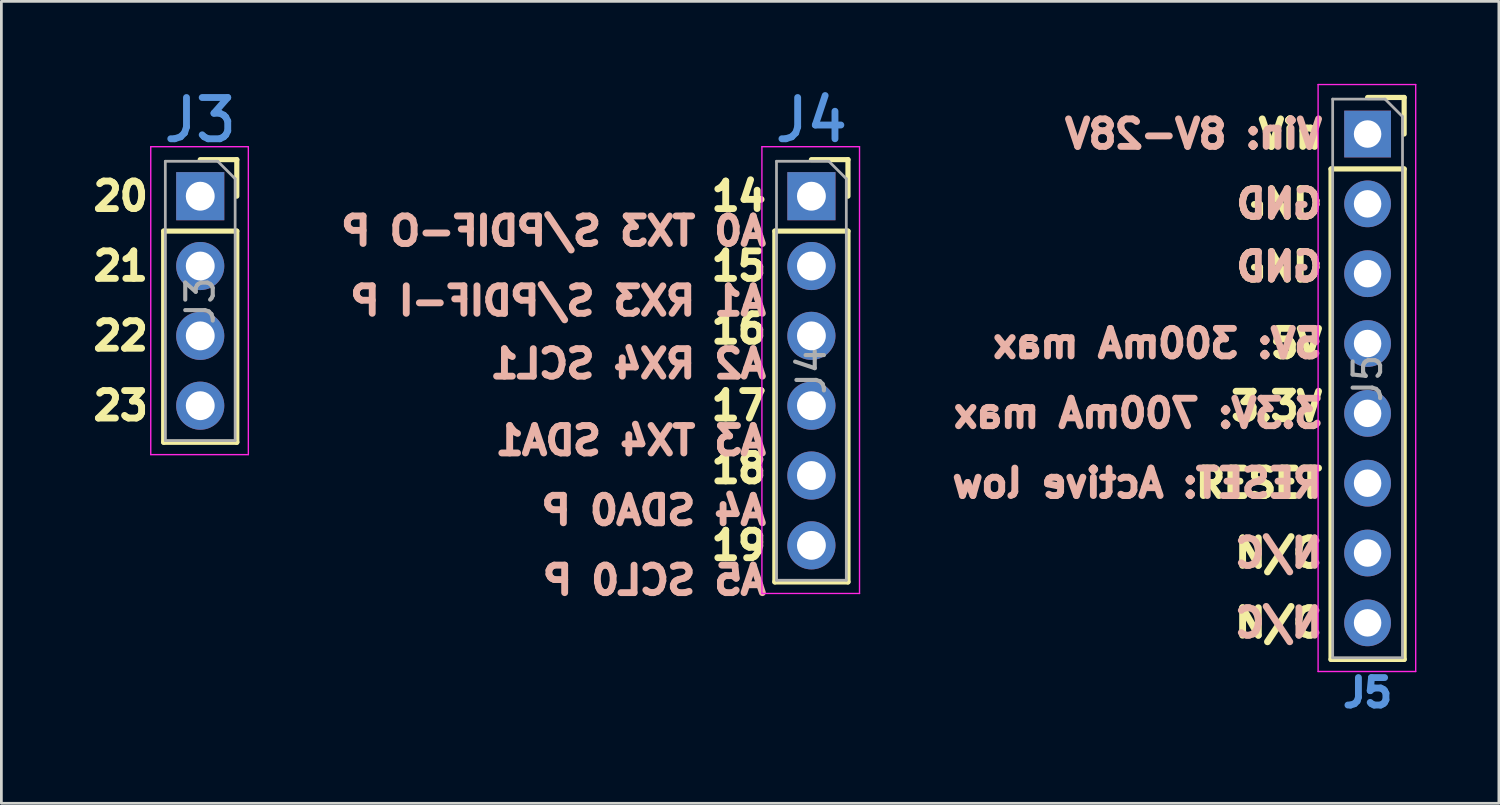
<source format=kicad_pcb>
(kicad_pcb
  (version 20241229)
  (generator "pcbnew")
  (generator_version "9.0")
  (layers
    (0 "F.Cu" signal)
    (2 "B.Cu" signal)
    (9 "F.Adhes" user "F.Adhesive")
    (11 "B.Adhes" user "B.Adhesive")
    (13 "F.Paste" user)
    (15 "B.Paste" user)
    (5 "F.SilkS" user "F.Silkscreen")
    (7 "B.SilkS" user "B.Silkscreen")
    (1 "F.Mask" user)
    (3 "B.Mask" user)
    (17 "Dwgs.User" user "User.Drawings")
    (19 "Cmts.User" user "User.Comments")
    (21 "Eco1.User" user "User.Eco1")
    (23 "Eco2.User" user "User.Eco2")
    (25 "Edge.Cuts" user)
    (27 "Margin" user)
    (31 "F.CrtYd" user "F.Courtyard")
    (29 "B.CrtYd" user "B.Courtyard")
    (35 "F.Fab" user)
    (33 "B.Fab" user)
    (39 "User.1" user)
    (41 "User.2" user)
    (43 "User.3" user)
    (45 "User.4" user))
  (footprint "J3"
    (layer "F.Cu")
    (at 4.233 4.086)
    (property "Reference" "J3" (at 0 -2.77 0) (layer "Cmts.User") (effects (font (size 1.5 1.5) (thickness 0.25))))
    (attr through_hole)
    (fp_line (start -1.33 1.27) (end -1.33 8.95) (stroke (width 0.188) (type solid)) (layer "F.SilkS"))
    (fp_line (start -1.33 1.27) (end 1.33 1.27) (stroke (width 0.188) (type solid)) (layer "F.SilkS"))
    (fp_line (start -1.33 8.95) (end 1.33 8.95) (stroke (width 0.188) (type solid)) (layer "F.SilkS"))
    (fp_line (start 0 -1.33) (end 1.33 -1.33) (stroke (width 0.188) (type solid)) (layer "F.SilkS"))
    (fp_line (start 1.33 -1.33) (end 1.33 0) (stroke (width 0.188) (type solid)) (layer "F.SilkS"))
    (fp_line (start 1.33 1.27) (end 1.33 8.95) (stroke (width 0.188) (type solid)) (layer "F.SilkS"))
    (fp_line (start -1.8 -1.8) (end 1.75 -1.8) (stroke (width 0.05) (type solid)) (layer "F.CrtYd"))
    (fp_line (start -1.8 9.4) (end -1.8 -1.8) (stroke (width 0.05) (type solid)) (layer "F.CrtYd"))
    (fp_line (start 1.75 -1.8) (end 1.75 9.4) (stroke (width 0.05) (type solid)) (layer "F.CrtYd"))
    (fp_line (start 1.75 9.4) (end -1.8 9.4) (stroke (width 0.05) (type solid)) (layer "F.CrtYd"))
    (fp_line (start -1.27 -1.27) (end 0.635 -1.27) (stroke (width 0.1) (type solid)) (layer "F.Fab"))
    (fp_line (start -1.27 8.89) (end -1.27 -1.27) (stroke (width 0.1) (type solid)) (layer "F.Fab"))
    (fp_line (start 0.635 -1.27) (end 1.27 -0.635) (stroke (width 0.1) (type solid)) (layer "F.Fab"))
    (fp_line (start 1.27 -0.635) (end 1.27 8.89) (stroke (width 0.1) (type solid)) (layer "F.Fab"))
    (fp_line (start 1.27 8.89) (end -1.27 8.89) (stroke (width 0.1) (type solid)) (layer "F.Fab"))
    (fp_text user "21" (at -1.778 2.54 0) (layer "F.SilkS") (effects (font (size 1 1) (thickness 0.25)) (justify right)))
    (fp_text user "22" (at -1.778 5.08 0) (layer "F.SilkS") (effects (font (size 1 1) (thickness 0.25)) (justify right)))
    (fp_text user "23" (at -1.778 7.62 0) (layer "F.SilkS") (effects (font (size 1 1) (thickness 0.25)) (justify right)))
    (fp_text user "20" (at -1.778 0 0) (layer "F.SilkS") (effects (font (size 1 1) (thickness 0.25)) (justify right)))
    (fp_text user "${REFERENCE}" (at 0 3.81 90) (layer "F.Fab") (effects (font (size 1 1) (thickness 0.15))))
    (pad "1" thru_hole rect (at 0 0) (size 1.75 1.75) (drill 1.05) (layers "*.Cu" "*.Mask"))
    (pad "2" thru_hole oval (at 0 2.54) (size 1.75 1.75) (drill 1.05) (layers "*.Cu" "*.Mask"))
    (pad "3" thru_hole oval (at 0 5.08) (size 1.75 1.75) (drill 1.05) (layers "*.Cu" "*.Mask"))
    (pad "4" thru_hole oval (at 0 7.62) (size 1.75 1.75) (drill 1.05) (layers "*.Cu" "*.Mask")))
  (footprint "J4"
    (layer "F.Cu")
    (at 26.463 4.086)
    (property "Reference" "J4" (at 0 -2.77 0) (layer "Cmts.User") (effects (font (size 1.5 1.5) (thickness 0.25))))
    (attr through_hole)
    (fp_line (start -1.33 1.27) (end -1.33 14.03) (stroke (width 0.188) (type solid)) (layer "F.SilkS"))
    (fp_line (start -1.33 1.27) (end 1.33 1.27) (stroke (width 0.188) (type solid)) (layer "F.SilkS"))
    (fp_line (start -1.33 14.03) (end 1.33 14.03) (stroke (width 0.188) (type solid)) (layer "F.SilkS"))
    (fp_line (start 0 -1.33) (end 1.33 -1.33) (stroke (width 0.188) (type solid)) (layer "F.SilkS"))
    (fp_line (start 1.33 -1.33) (end 1.33 0) (stroke (width 0.188) (type solid)) (layer "F.SilkS"))
    (fp_line (start 1.33 1.27) (end 1.33 14.03) (stroke (width 0.188) (type solid)) (layer "F.SilkS"))
    (fp_line (start -1.8 -1.8) (end 1.75 -1.8) (stroke (width 0.05) (type solid)) (layer "F.CrtYd"))
    (fp_line (start -1.8 14.45) (end -1.8 -1.8) (stroke (width 0.05) (type solid)) (layer "F.CrtYd"))
    (fp_line (start 1.75 -1.8) (end 1.75 14.45) (stroke (width 0.05) (type solid)) (layer "F.CrtYd"))
    (fp_line (start 1.75 14.45) (end -1.8 14.45) (stroke (width 0.05) (type solid)) (layer "F.CrtYd"))
    (fp_line (start -1.27 -1.27) (end 0.635 -1.27) (stroke (width 0.1) (type solid)) (layer "F.Fab"))
    (fp_line (start -1.27 13.97) (end -1.27 -1.27) (stroke (width 0.1) (type solid)) (layer "F.Fab"))
    (fp_line (start 0.635 -1.27) (end 1.27 -0.635) (stroke (width 0.1) (type solid)) (layer "F.Fab"))
    (fp_line (start 1.27 -0.635) (end 1.27 13.97) (stroke (width 0.1) (type solid)) (layer "F.Fab"))
    (fp_line (start 1.27 13.97) (end -1.27 13.97) (stroke (width 0.1) (type solid)) (layer "F.Fab"))
    (fp_text user "16" (at -1.524 4.826 0) (layer "F.SilkS") (effects (font (size 1 1) (thickness 0.25)) (justify right)))
    (fp_text user "17" (at -1.524 7.62 0) (layer "F.SilkS") (effects (font (size 1 1) (thickness 0.25)) (justify right)))
    (fp_text user "18" (at -1.524 9.906 0) (layer "F.SilkS") (effects (font (size 1 1) (thickness 0.25)) (justify right)))
    (fp_text user "19" (at -1.524 12.7 0) (layer "F.SilkS") (effects (font (size 1 1) (thickness 0.25)) (justify right)))
    (fp_text user "15" (at -1.524 2.54 0) (layer "F.SilkS") (effects (font (size 1 1) (thickness 0.25)) (justify right)))
    (fp_text user "14" (at -1.524 0 0) (layer "F.SilkS") (effects (font (size 1 1) (thickness 0.25)) (justify right)))
    (fp_text user "A2 RX4 SCL1" (at -1.524 6.096 0) (layer "B.SilkS") (effects (font (size 1 1) (thickness 0.25)) (justify left mirror)))
    (fp_text user "A1 RX3 S/PDIF-I P" (at -1.524 3.81 0) (layer "B.SilkS") (effects (font (size 1 1) (thickness 0.25)) (justify left mirror)))
    (fp_text user "A4 SDA0 P" (at -1.524 11.43 0) (layer "B.SilkS") (effects (font (size 1 1) (thickness 0.25)) (justify left mirror)))
    (fp_text user "A3 TX4 SDA1" (at -1.524 8.89 0) (layer "B.SilkS") (effects (font (size 1 1) (thickness 0.25)) (justify left mirror)))
    (fp_text user "A0 TX3 S/PDIF-O P" (at -1.524 1.27 0) (layer "B.SilkS") (effects (font (size 1 1) (thickness 0.25)) (justify left mirror)))
    (fp_text user "A5 SCL0 P" (at -1.524 13.97 0) (layer "B.SilkS") (effects (font (size 1 1) (thickness 0.25)) (justify left mirror)))
    (fp_text user "${REFERENCE}" (at 0 6.35 90) (layer "F.Fab") (effects (font (size 1 1) (thickness 0.15))))
    (pad "1" thru_hole rect (at 0 0) (size 1.75 1.75) (drill 1.05) (layers "*.Cu" "*.Mask"))
    (pad "2" thru_hole oval (at 0 2.54) (size 1.75 1.75) (drill 1.05) (layers "*.Cu" "*.Mask"))
    (pad "3" thru_hole oval (at 0 5.08) (size 1.75 1.75) (drill 1.05) (layers "*.Cu" "*.Mask"))
    (pad "4" thru_hole oval (at 0 7.62) (size 1.75 1.75) (drill 1.05) (layers "*.Cu" "*.Mask"))
    (pad "5" thru_hole oval (at 0 10.16) (size 1.75 1.75) (drill 1.05) (layers "*.Cu" "*.Mask"))
    (pad "6" thru_hole oval (at 0 12.7) (size 1.75 1.75) (drill 1.05) (layers "*.Cu" "*.Mask")))
  (footprint "J5"
    (layer "F.Cu")
    (at 46.693 1.825)
    (property "Reference" "J5" (at 0 20.32 0) (layer "Cmts.User") (effects (font (size 1 1) (thickness 0.25))))
    (attr through_hole)
    (fp_line (start -1.33 1.27) (end -1.33 19.11) (stroke (width 0.188) (type solid)) (layer "F.SilkS"))
    (fp_line (start -1.33 1.27) (end 1.33 1.27) (stroke (width 0.188) (type solid)) (layer "F.SilkS"))
    (fp_line (start -1.33 19.11) (end 1.33 19.11) (stroke (width 0.188) (type solid)) (layer "F.SilkS"))
    (fp_line (start 0 -1.33) (end 1.33 -1.33) (stroke (width 0.188) (type solid)) (layer "F.SilkS"))
    (fp_line (start 1.33 -1.33) (end 1.33 0) (stroke (width 0.188) (type solid)) (layer "F.SilkS"))
    (fp_line (start 1.33 1.27) (end 1.33 19.11) (stroke (width 0.188) (type solid)) (layer "F.SilkS"))
    (fp_line (start -1.8 -1.8) (end 1.75 -1.8) (stroke (width 0.05) (type solid)) (layer "F.CrtYd"))
    (fp_line (start -1.8 19.55) (end -1.8 -1.8) (stroke (width 0.05) (type solid)) (layer "F.CrtYd"))
    (fp_line (start 1.75 -1.8) (end 1.75 19.55) (stroke (width 0.05) (type solid)) (layer "F.CrtYd"))
    (fp_line (start 1.75 19.55) (end -1.8 19.55) (stroke (width 0.05) (type solid)) (layer "F.CrtYd"))
    (fp_line (start -1.27 -1.27) (end 0.635 -1.27) (stroke (width 0.1) (type solid)) (layer "F.Fab"))
    (fp_line (start -1.27 19.05) (end -1.27 -1.27) (stroke (width 0.1) (type solid)) (layer "F.Fab"))
    (fp_line (start 0.635 -1.27) (end 1.27 -0.635) (stroke (width 0.1) (type solid)) (layer "F.Fab"))
    (fp_line (start 1.27 -0.635) (end 1.27 19.05) (stroke (width 0.1) (type solid)) (layer "F.Fab"))
    (fp_line (start 1.27 19.05) (end -1.27 19.05) (stroke (width 0.1) (type solid)) (layer "F.Fab"))
    (fp_text user "GND" (at -1.524 2.54 0) (layer "F.SilkS") (effects (font (size 1 1) (thickness 0.25)) (justify right)))
    (fp_text user "GND" (at -1.524 4.826 0) (layer "F.SilkS") (effects (font (size 1 1) (thickness 0.25)) (justify right)))
    (fp_text user "N/C" (at -1.524 15.24 0) (layer "F.SilkS") (effects (font (size 1 1) (thickness 0.25)) (justify right)))
    (fp_text user "Vin" (at -1.524 0 0) (layer "F.SilkS") (effects (font (size 1 1) (thickness 0.25)) (justify right)))
    (fp_text user "N/C" (at -1.524 17.78 0) (layer "F.SilkS") (effects (font (size 1 1) (thickness 0.25)) (justify right)))
    (fp_text user "3.3V" (at -1.524 9.906 0) (layer "F.SilkS") (effects (font (size 1 1) (thickness 0.25)) (justify right)))
    (fp_text user "5V" (at -1.524 7.62 0) (layer "F.SilkS") (effects (font (size 1 1) (thickness 0.25)) (justify right)))
    (fp_text user "RESET" (at -1.524 12.7 0) (layer "F.SilkS") (effects (font (size 1 1) (thickness 0.25)) (justify right)))
    (fp_text user "5V: 300mA max" (at -1.524 7.62 0) (layer "B.SilkS") (effects (font (size 1 1) (thickness 0.25)) (justify left mirror)))
    (fp_text user "3.3V: 700mA max" (at -1.524 10.16 0) (layer "B.SilkS") (effects (font (size 1 1) (thickness 0.25)) (justify left mirror)))
    (fp_text user "GND" (at -1.524 2.54 0) (layer "B.SilkS") (effects (font (size 1 1) (thickness 0.25)) (justify left mirror)))
    (fp_text user "RESET: Active low" (at -1.524 12.7 0) (layer "B.SilkS") (effects (font (size 1 1) (thickness 0.25)) (justify left mirror)))
    (fp_text user "N/C" (at -1.524 15.24 0) (layer "B.SilkS") (effects (font (size 1 1) (thickness 0.25)) (justify left mirror)))
    (fp_text user "Vin: 8V-28V" (at -1.524 0 0) (layer "B.SilkS") (effects (font (size 1 1) (thickness 0.25)) (justify left mirror)))
    (fp_text user "GND" (at -1.524 4.826 0) (layer "B.SilkS") (effects (font (size 1 1) (thickness 0.25)) (justify left mirror)))
    (fp_text user "N/C" (at -1.524 17.78 0) (layer "B.SilkS") (effects (font (size 1 1) (thickness 0.25)) (justify left mirror)))
    (fp_text user "${REFERENCE}" (at 0 8.89 90) (layer "F.Fab") (effects (font (size 1 1) (thickness 0.15))))
    (pad "1" thru_hole rect (at 0 0) (size 1.7 1.7) (drill 1) (layers "*.Cu" "*.Mask"))
    (pad "2" thru_hole oval (at 0 2.54) (size 1.7 1.7) (drill 1) (layers "*.Cu" "*.Mask"))
    (pad "3" thru_hole oval (at 0 5.08) (size 1.7 1.7) (drill 1) (layers "*.Cu" "*.Mask"))
    (pad "4" thru_hole oval (at 0 7.62) (size 1.7 1.7) (drill 1) (layers "*.Cu" "*.Mask"))
    (pad "5" thru_hole oval (at 0 10.16) (size 1.7 1.7) (drill 1) (layers "*.Cu" "*.Mask"))
    (pad "6" thru_hole oval (at 0 12.7) (size 1.7 1.7) (drill 1) (layers "*.Cu" "*.Mask"))
    (pad "7" thru_hole oval (at 0 15.24) (size 1.7 1.7) (drill 1) (layers "*.Cu" "*.Mask"))
    (pad "8" thru_hole oval (at 0 17.78) (size 1.7 1.7) (drill 1) (layers "*.Cu" "*.Mask")))
  (gr_rect
    (start -3 -3)
    (end 51.468 26.169)
    (stroke (width 0.1) (type default))
    (fill no)
    (layer "Edge.Cuts")))
</source>
